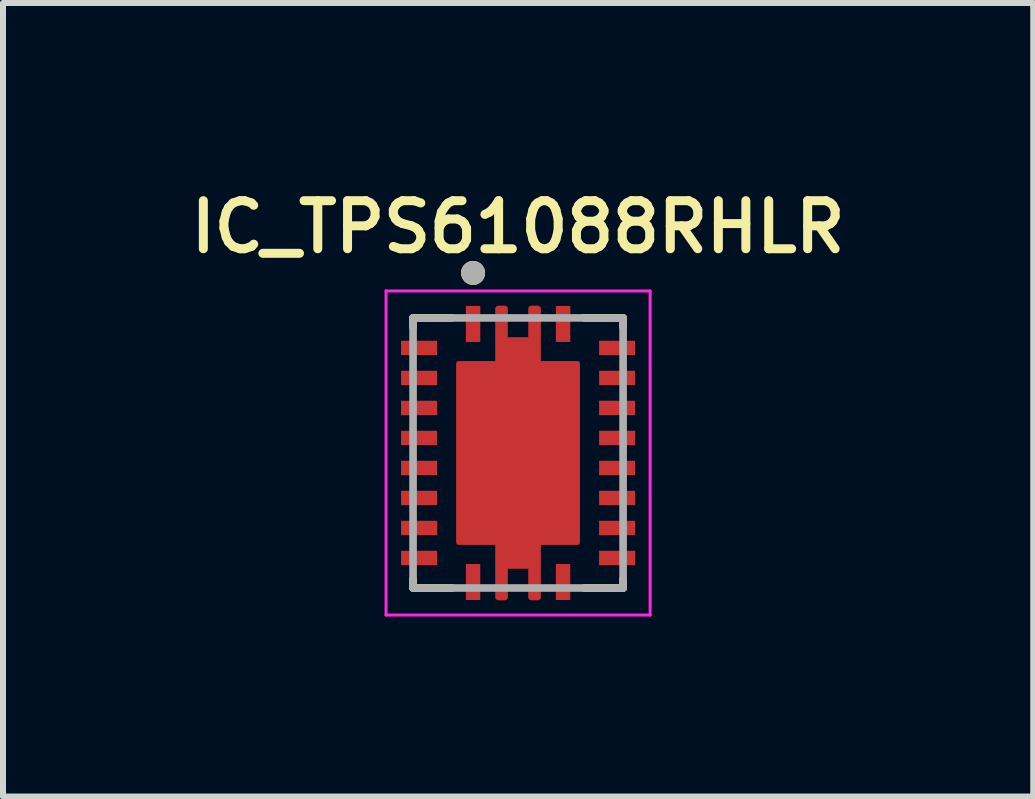
<source format=kicad_pcb>
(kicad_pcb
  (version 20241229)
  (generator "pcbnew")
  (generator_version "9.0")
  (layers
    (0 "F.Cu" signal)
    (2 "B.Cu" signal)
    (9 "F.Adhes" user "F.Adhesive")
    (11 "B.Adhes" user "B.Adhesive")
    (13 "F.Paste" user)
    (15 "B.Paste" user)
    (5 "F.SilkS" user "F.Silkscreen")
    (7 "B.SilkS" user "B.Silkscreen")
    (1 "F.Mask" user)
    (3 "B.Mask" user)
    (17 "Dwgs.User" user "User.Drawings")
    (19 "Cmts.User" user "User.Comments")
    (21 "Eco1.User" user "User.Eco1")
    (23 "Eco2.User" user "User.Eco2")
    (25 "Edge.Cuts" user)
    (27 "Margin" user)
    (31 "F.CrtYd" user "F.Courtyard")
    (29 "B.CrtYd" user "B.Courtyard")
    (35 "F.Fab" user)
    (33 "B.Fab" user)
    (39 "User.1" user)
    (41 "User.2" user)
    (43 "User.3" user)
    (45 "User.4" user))
  (footprint "IC_TPS61088RHLR"
    (layer "F.Cu")
    (at 5.583 4.498)
    (property "Reference" "IC_TPS61088RHLR" (at 0 -3.766 0) (layer "F.SilkS") (effects (font (size 0.801 0.801) (thickness 0.15))))
    (attr through_hole)
    (fp_poly (pts (xy -0.375 -1.525) (xy -0.375 -2.4) (xy -0.375 -2.403) (xy -0.375 -2.405) (xy -0.374 -2.408) (xy -0.374 -2.41) (xy -0.373 -2.413) (xy -0.373 -2.415) (xy -0.372 -2.418) (xy -0.371 -2.42) (xy -0.37 -2.423) (xy -0.368 -2.425) (xy -0.367 -2.427) (xy -0.365 -2.429) (xy -0.364 -2.431) (xy -0.362 -2.433) (xy -0.36 -2.435) (xy -0.358 -2.437) (xy -0.356 -2.439) (xy -0.354 -2.44) (xy -0.352 -2.442) (xy -0.35 -2.443) (xy -0.348 -2.445) (xy -0.345 -2.446) (xy -0.343 -2.447) (xy -0.34 -2.448) (xy -0.338 -2.448) (xy -0.335 -2.449) (xy -0.333 -2.449) (xy -0.33 -2.45) (xy -0.328 -2.45) (xy -0.325 -2.45) (xy -0.225 -2.45) (xy -0.222 -2.45) (xy -0.22 -2.45) (xy -0.217 -2.449) (xy -0.215 -2.449) (xy -0.212 -2.448) (xy -0.21 -2.448) (xy -0.207 -2.447) (xy -0.205 -2.446) (xy -0.202 -2.445) (xy -0.2 -2.443) (xy -0.198 -2.442) (xy -0.196 -2.44) (xy -0.194 -2.439) (xy -0.192 -2.437) (xy -0.19 -2.435) (xy -0.188 -2.433) (xy -0.186 -2.431) (xy -0.185 -2.429) (xy -0.183 -2.427) (xy -0.182 -2.425) (xy -0.18 -2.423) (xy -0.179 -2.42) (xy -0.178 -2.418) (xy -0.177 -2.415) (xy -0.177 -2.413) (xy -0.176 -2.41) (xy -0.176 -2.408) (xy -0.175 -2.405) (xy -0.175 -2.403) (xy -0.175 -2.4) (xy -0.175 -1.925) (xy 0.175 -1.925) (xy 0.175 -2.4) (xy 0.175 -2.403) (xy 0.175 -2.405) (xy 0.176 -2.408) (xy 0.176 -2.41) (xy 0.177 -2.413) (xy 0.177 -2.415) (xy 0.178 -2.418) (xy 0.179 -2.42) (xy 0.18 -2.423) (xy 0.182 -2.425) (xy 0.183 -2.427) (xy 0.185 -2.429) (xy 0.186 -2.431) (xy 0.188 -2.433) (xy 0.19 -2.435) (xy 0.192 -2.437) (xy 0.194 -2.439) (xy 0.196 -2.44) (xy 0.198 -2.442) (xy 0.2 -2.443) (xy 0.202 -2.445) (xy 0.205 -2.446) (xy 0.207 -2.447) (xy 0.21 -2.448) (xy 0.212 -2.448) (xy 0.215 -2.449) (xy 0.217 -2.449) (xy 0.22 -2.45) (xy 0.222 -2.45) (xy 0.225 -2.45) (xy 0.325 -2.45) (xy 0.328 -2.45) (xy 0.33 -2.45) (xy 0.333 -2.449) (xy 0.335 -2.449) (xy 0.338 -2.448) (xy 0.34 -2.448) (xy 0.343 -2.447) (xy 0.345 -2.446) (xy 0.348 -2.445) (xy 0.35 -2.443) (xy 0.352 -2.442) (xy 0.354 -2.44) (xy 0.356 -2.439) (xy 0.358 -2.437) (xy 0.36 -2.435) (xy 0.362 -2.433) (xy 0.364 -2.431) (xy 0.365 -2.429) (xy 0.367 -2.427) (xy 0.368 -2.425) (xy 0.37 -2.423) (xy 0.371 -2.42) (xy 0.372 -2.418) (xy 0.373 -2.415) (xy 0.373 -2.413) (xy 0.374 -2.41) (xy 0.374 -2.408) (xy 0.375 -2.405) (xy 0.375 -2.403) (xy 0.375 -2.4) (xy 0.375 -1.525) (xy 0.975 -1.525) (xy 0.978 -1.525) (xy 0.98 -1.525) (xy 0.983 -1.524) (xy 0.985 -1.524) (xy 0.988 -1.523) (xy 0.99 -1.523) (xy 0.993 -1.522) (xy 0.995 -1.521) (xy 0.998 -1.52) (xy 1 -1.518) (xy 1.002 -1.517) (xy 1.004 -1.515) (xy 1.006 -1.514) (xy 1.008 -1.512) (xy 1.01 -1.51) (xy 1.012 -1.508) (xy 1.014 -1.506) (xy 1.015 -1.504) (xy 1.017 -1.502) (xy 1.018 -1.5) (xy 1.02 -1.498) (xy 1.021 -1.495) (xy 1.022 -1.493) (xy 1.023 -1.49) (xy 1.023 -1.488) (xy 1.024 -1.485) (xy 1.024 -1.483) (xy 1.025 -1.48) (xy 1.025 -1.478) (xy 1.025 -1.475) (xy 1.025 1.475) (xy 1.025 1.478) (xy 1.025 1.48) (xy 1.024 1.483) (xy 1.024 1.485) (xy 1.023 1.488) (xy 1.023 1.49) (xy 1.022 1.493) (xy 1.021 1.495) (xy 1.02 1.498) (xy 1.018 1.5) (xy 1.017 1.502) (xy 1.015 1.504) (xy 1.014 1.506) (xy 1.012 1.508) (xy 1.01 1.51) (xy 1.008 1.512) (xy 1.006 1.514) (xy 1.004 1.515) (xy 1.002 1.517) (xy 1 1.518) (xy 0.998 1.52) (xy 0.995 1.521) (xy 0.993 1.522) (xy 0.99 1.523) (xy 0.988 1.523) (xy 0.985 1.524) (xy 0.983 1.524) (xy 0.98 1.525) (xy 0.978 1.525) (xy 0.975 1.525) (xy 0.375 1.525) (xy 0.375 2.4) (xy 0.375 2.403) (xy 0.375 2.405) (xy 0.374 2.408) (xy 0.374 2.41) (xy 0.373 2.413) (xy 0.373 2.415) (xy 0.372 2.418) (xy 0.371 2.42) (xy 0.37 2.423) (xy 0.368 2.425) (xy 0.367 2.427) (xy 0.365 2.429) (xy 0.364 2.431) (xy 0.362 2.433) (xy 0.36 2.435) (xy 0.358 2.437) (xy 0.356 2.439) (xy 0.354 2.44) (xy 0.352 2.442) (xy 0.35 2.443) (xy 0.348 2.445) (xy 0.345 2.446) (xy 0.343 2.447) (xy 0.34 2.448) (xy 0.338 2.448) (xy 0.335 2.449) (xy 0.333 2.449) (xy 0.33 2.45) (xy 0.328 2.45) (xy 0.325 2.45) (xy 0.225 2.45) (xy 0.222 2.45) (xy 0.22 2.45) (xy 0.217 2.449) (xy 0.215 2.449) (xy 0.212 2.448) (xy 0.21 2.448) (xy 0.207 2.447) (xy 0.205 2.446) (xy 0.202 2.445) (xy 0.2 2.443) (xy 0.198 2.442) (xy 0.196 2.44) (xy 0.194 2.439) (xy 0.192 2.437) (xy 0.19 2.435) (xy 0.188 2.433) (xy 0.186 2.431) (xy 0.185 2.429) (xy 0.183 2.427) (xy 0.182 2.425) (xy 0.18 2.423) (xy 0.179 2.42) (xy 0.178 2.418) (xy 0.177 2.415) (xy 0.177 2.413) (xy 0.176 2.41) (xy 0.176 2.408) (xy 0.175 2.405) (xy 0.175 2.403) (xy 0.175 2.4) (xy 0.175 1.925) (xy -0.175 1.925) (xy -0.175 2.4) (xy -0.175 2.403) (xy -0.175 2.405) (xy -0.176 2.408) (xy -0.176 2.41) (xy -0.177 2.413) (xy -0.177 2.415) (xy -0.178 2.418) (xy -0.179 2.42) (xy -0.18 2.423) (xy -0.182 2.425) (xy -0.183 2.427) (xy -0.185 2.429) (xy -0.186 2.431) (xy -0.188 2.433) (xy -0.19 2.435) (xy -0.192 2.437) (xy -0.194 2.439) (xy -0.196 2.44) (xy -0.198 2.442) (xy -0.2 2.443) (xy -0.202 2.445) (xy -0.205 2.446) (xy -0.207 2.447) (xy -0.21 2.448) (xy -0.212 2.448) (xy -0.215 2.449) (xy -0.217 2.449) (xy -0.22 2.45) (xy -0.222 2.45) (xy -0.225 2.45) (xy -0.325 2.45) (xy -0.328 2.45) (xy -0.33 2.45) (xy -0.333 2.449) (xy -0.335 2.449) (xy -0.338 2.448) (xy -0.34 2.448) (xy -0.343 2.447) (xy -0.345 2.446) (xy -0.348 2.445) (xy -0.35 2.443) (xy -0.352 2.442) (xy -0.354 2.44) (xy -0.356 2.439) (xy -0.358 2.437) (xy -0.36 2.435) (xy -0.362 2.433) (xy -0.364 2.431) (xy -0.365 2.429) (xy -0.367 2.427) (xy -0.368 2.425) (xy -0.37 2.423) (xy -0.371 2.42) (xy -0.372 2.418) (xy -0.373 2.415) (xy -0.373 2.413) (xy -0.374 2.41) (xy -0.374 2.408) (xy -0.375 2.405) (xy -0.375 2.403) (xy -0.375 2.4) (xy -0.375 1.525) (xy -0.975 1.525) (xy -0.978 1.525) (xy -0.98 1.525) (xy -0.983 1.524) (xy -0.985 1.524) (xy -0.988 1.523) (xy -0.99 1.523) (xy -0.993 1.522) (xy -0.995 1.521) (xy -0.998 1.52) (xy -1 1.518) (xy -1.002 1.517) (xy -1.004 1.515) (xy -1.006 1.514) (xy -1.008 1.512) (xy -1.01 1.51) (xy -1.012 1.508) (xy -1.014 1.506) (xy -1.015 1.504) (xy -1.017 1.502) (xy -1.018 1.5) (xy -1.02 1.498) (xy -1.021 1.495) (xy -1.022 1.493) (xy -1.023 1.49) (xy -1.023 1.488) (xy -1.024 1.485) (xy -1.024 1.483) (xy -1.025 1.48) (xy -1.025 1.478) (xy -1.025 1.475) (xy -1.025 -1.475) (xy -1.025 -1.478) (xy -1.025 -1.48) (xy -1.024 -1.483) (xy -1.024 -1.485) (xy -1.023 -1.488) (xy -1.023 -1.49) (xy -1.022 -1.493) (xy -1.021 -1.495) (xy -1.02 -1.498) (xy -1.018 -1.5) (xy -1.017 -1.502) (xy -1.015 -1.504) (xy -1.014 -1.506) (xy -1.012 -1.508) (xy -1.01 -1.51) (xy -1.008 -1.512) (xy -1.006 -1.514) (xy -1.004 -1.515) (xy -1.002 -1.517) (xy -1 -1.518) (xy -0.998 -1.52) (xy -0.995 -1.521) (xy -0.993 -1.522) (xy -0.99 -1.523) (xy -0.988 -1.523) (xy -0.985 -1.524) (xy -0.983 -1.524) (xy -0.98 -1.525) (xy -0.978 -1.525) (xy -0.975 -1.525) (xy -0.375 -1.525)) (stroke (width 0.01) (type solid)) (fill yes) (layer "F.Cu"))
    (fp_poly (pts (xy -0.477 -1.627) (xy -0.477 -2.4) (xy -0.477 -2.408) (xy -0.476 -2.416) (xy -0.475 -2.424) (xy -0.474 -2.432) (xy -0.472 -2.439) (xy -0.47 -2.447) (xy -0.467 -2.454) (xy -0.464 -2.462) (xy -0.46 -2.469) (xy -0.457 -2.476) (xy -0.452 -2.483) (xy -0.448 -2.489) (xy -0.443 -2.496) (xy -0.438 -2.502) (xy -0.432 -2.507) (xy -0.427 -2.513) (xy -0.421 -2.518) (xy -0.414 -2.523) (xy -0.408 -2.527) (xy -0.401 -2.532) (xy -0.394 -2.535) (xy -0.387 -2.539) (xy -0.379 -2.542) (xy -0.372 -2.545) (xy -0.364 -2.547) (xy -0.357 -2.549) (xy -0.349 -2.55) (xy -0.341 -2.551) (xy -0.333 -2.552) (xy -0.325 -2.552) (xy -0.225 -2.552) (xy -0.217 -2.552) (xy -0.209 -2.551) (xy -0.201 -2.55) (xy -0.193 -2.549) (xy -0.186 -2.547) (xy -0.178 -2.545) (xy -0.171 -2.542) (xy -0.163 -2.539) (xy -0.156 -2.535) (xy -0.149 -2.532) (xy -0.142 -2.527) (xy -0.136 -2.523) (xy -0.129 -2.518) (xy -0.123 -2.513) (xy -0.118 -2.507) (xy -0.112 -2.502) (xy -0.107 -2.496) (xy -0.102 -2.489) (xy -0.098 -2.483) (xy -0.093 -2.476) (xy -0.09 -2.469) (xy -0.086 -2.462) (xy -0.083 -2.454) (xy -0.08 -2.447) (xy -0.078 -2.439) (xy -0.076 -2.432) (xy -0.075 -2.424) (xy -0.074 -2.416) (xy -0.073 -2.408) (xy -0.073 -2.4) (xy -0.073 -2.027) (xy 0.072 -2.027) (xy 0.073 -2.027) (xy 0.073 -2.402) (xy 0.073 -2.41) (xy 0.074 -2.418) (xy 0.075 -2.425) (xy 0.076 -2.433) (xy 0.078 -2.441) (xy 0.08 -2.448) (xy 0.083 -2.456) (xy 0.086 -2.463) (xy 0.089 -2.47) (xy 0.093 -2.477) (xy 0.097 -2.484) (xy 0.102 -2.49) (xy 0.106 -2.496) (xy 0.112 -2.502) (xy 0.117 -2.508) (xy 0.123 -2.513) (xy 0.129 -2.519) (xy 0.135 -2.523) (xy 0.141 -2.528) (xy 0.148 -2.532) (xy 0.155 -2.536) (xy 0.162 -2.539) (xy 0.169 -2.542) (xy 0.177 -2.545) (xy 0.184 -2.547) (xy 0.192 -2.549) (xy 0.2 -2.55) (xy 0.207 -2.551) (xy 0.215 -2.552) (xy 0.223 -2.552) (xy 0.326 -2.552) (xy 0.334 -2.552) (xy 0.342 -2.551) (xy 0.35 -2.55) (xy 0.357 -2.549) (xy 0.365 -2.547) (xy 0.373 -2.545) (xy 0.38 -2.542) (xy 0.387 -2.539) (xy 0.395 -2.536) (xy 0.402 -2.532) (xy 0.408 -2.528) (xy 0.415 -2.523) (xy 0.421 -2.518) (xy 0.427 -2.513) (xy 0.433 -2.508) (xy 0.438 -2.502) (xy 0.443 -2.496) (xy 0.448 -2.49) (xy 0.453 -2.483) (xy 0.457 -2.477) (xy 0.461 -2.47) (xy 0.464 -2.462) (xy 0.467 -2.455) (xy 0.47 -2.448) (xy 0.472 -2.44) (xy 0.474 -2.432) (xy 0.475 -2.425) (xy 0.476 -2.417) (xy 0.477 -2.409) (xy 0.477 -2.401) (xy 0.477 -1.627) (xy 0.975 -1.627) (xy 0.983 -1.627) (xy 0.991 -1.626) (xy 0.999 -1.625) (xy 1.007 -1.624) (xy 1.014 -1.622) (xy 1.022 -1.62) (xy 1.029 -1.617) (xy 1.037 -1.614) (xy 1.044 -1.61) (xy 1.051 -1.607) (xy 1.058 -1.602) (xy 1.064 -1.598) (xy 1.071 -1.593) (xy 1.077 -1.588) (xy 1.082 -1.582) (xy 1.088 -1.577) (xy 1.093 -1.571) (xy 1.098 -1.564) (xy 1.102 -1.558) (xy 1.107 -1.551) (xy 1.11 -1.544) (xy 1.114 -1.537) (xy 1.117 -1.529) (xy 1.12 -1.522) (xy 1.122 -1.514) (xy 1.124 -1.507) (xy 1.125 -1.499) (xy 1.126 -1.491) (xy 1.127 -1.483) (xy 1.127 -1.475) (xy 1.127 1.476) (xy 1.127 1.484) (xy 1.126 1.492) (xy 1.125 1.499) (xy 1.124 1.507) (xy 1.122 1.515) (xy 1.12 1.522) (xy 1.117 1.53) (xy 1.114 1.537) (xy 1.111 1.544) (xy 1.107 1.551) (xy 1.103 1.558) (xy 1.098 1.564) (xy 1.094 1.57) (xy 1.088 1.576) (xy 1.083 1.582) (xy 1.077 1.587) (xy 1.071 1.593) (xy 1.065 1.597) (xy 1.059 1.602) (xy 1.052 1.606) (xy 1.045 1.61) (xy 1.038 1.613) (xy 1.031 1.616) (xy 1.023 1.619) (xy 1.016 1.621) (xy 1.008 1.623) (xy 1 1.624) (xy 0.993 1.625) (xy 0.985 1.626) (xy 0.977 1.626) (xy 0.478 1.626) (xy 0.478 1.626) (xy 0.478 1.626) (xy 0.478 1.626) (xy 0.478 1.626) (xy 0.478 1.626) (xy 0.478 1.626) (xy 0.478 1.626) (xy 0.478 1.626) (xy 0.478 1.626) (xy 0.477 1.626) (xy 0.477 1.626) (xy 0.477 1.626) (xy 0.477 1.626) (xy 0.477 1.626) (xy 0.477 1.626) (xy 0.477 1.626) (xy 0.477 1.626) (xy 0.477 1.626) (xy 0.477 1.626) (xy 0.477 1.627) (xy 0.477 1.627) (xy 0.477 1.627) (xy 0.477 1.627) (xy 0.477 1.627) (xy 0.477 1.627) (xy 0.477 1.627) (xy 0.477 1.627) (xy 0.477 1.627) (xy 0.477 1.627) (xy 0.477 1.627) (xy 0.477 2.401) (xy 0.477 2.409) (xy 0.476 2.417) (xy 0.475 2.424) (xy 0.474 2.432) (xy 0.472 2.44) (xy 0.47 2.447) (xy 0.467 2.455) (xy 0.464 2.462) (xy 0.461 2.469) (xy 0.457 2.476) (xy 0.453 2.483) (xy 0.448 2.489) (xy 0.444 2.495) (xy 0.438 2.501) (xy 0.433 2.507) (xy 0.427 2.512) (xy 0.421 2.518) (xy 0.415 2.522) (xy 0.409 2.527) (xy 0.402 2.531) (xy 0.395 2.535) (xy 0.388 2.538) (xy 0.381 2.541) (xy 0.373 2.544) (xy 0.366 2.546) (xy 0.358 2.548) (xy 0.35 2.549) (xy 0.343 2.55) (xy 0.335 2.551) (xy 0.327 2.551) (xy 0.222 2.551) (xy 0.214 2.551) (xy 0.206 2.55) (xy 0.199 2.549) (xy 0.191 2.548) (xy 0.183 2.546) (xy 0.176 2.544) (xy 0.169 2.541) (xy 0.161 2.538) (xy 0.154 2.535) (xy 0.147 2.531) (xy 0.141 2.527) (xy 0.134 2.523) (xy 0.128 2.518) (xy 0.122 2.513) (xy 0.117 2.507) (xy 0.111 2.502) (xy 0.106 2.496) (xy 0.101 2.49) (xy 0.097 2.483) (xy 0.093 2.477) (xy 0.089 2.47) (xy 0.086 2.463) (xy 0.083 2.455) (xy 0.08 2.448) (xy 0.078 2.441) (xy 0.076 2.433) (xy 0.075 2.425) (xy 0.074 2.418) (xy 0.073 2.41) (xy 0.073 2.402) (xy 0.073 2.027) (xy -0.072 2.027) (xy -0.072 2.027) (xy -0.072 2.027) (xy -0.072 2.027) (xy -0.072 2.027) (xy -0.072 2.027) (xy -0.072 2.027) (xy -0.072 2.027) (xy -0.072 2.027) (xy -0.072 2.027) (xy -0.072 2.027) (xy -0.073 2.027) (xy -0.073 2.027) (xy -0.073 2.027) (xy -0.073 2.027) (xy -0.073 2.027) (xy -0.073 2.027) (xy -0.073 2.027) (xy -0.073 2.027) (xy -0.073 2.027) (xy -0.073 2.027) (xy -0.073 2.028) (xy -0.073 2.028) (xy -0.073 2.028) (xy -0.073 2.028) (xy -0.073 2.028) (xy -0.073 2.028) (xy -0.073 2.028) (xy -0.073 2.028) (xy -0.073 2.028) (xy -0.073 2.028) (xy -0.073 2.401) (xy -0.073 2.409) (xy -0.074 2.417) (xy -0.075 2.424) (xy -0.076 2.432) (xy -0.078 2.44) (xy -0.08 2.447) (xy -0.083 2.455) (xy -0.086 2.462) (xy -0.089 2.469) (xy -0.093 2.476) (xy -0.097 2.483) (xy -0.102 2.489) (xy -0.106 2.495) (xy -0.112 2.501) (xy -0.117 2.507) (xy -0.123 2.512) (xy -0.129 2.518) (xy -0.135 2.522) (xy -0.141 2.527) (xy -0.148 2.531) (xy -0.155 2.535) (xy -0.162 2.538) (xy -0.169 2.541) (xy -0.177 2.544) (xy -0.184 2.546) (xy -0.192 2.548) (xy -0.2 2.549) (xy -0.207 2.55) (xy -0.215 2.551) (xy -0.223 2.551) (xy -0.329 2.551) (xy -0.337 2.551) (xy -0.344 2.55) (xy -0.352 2.549) (xy -0.36 2.548) (xy -0.367 2.546) (xy -0.375 2.544) (xy -0.382 2.541) (xy -0.389 2.538) (xy -0.396 2.535) (xy -0.403 2.531) (xy -0.41 2.527) (xy -0.416 2.523) (xy -0.422 2.518) (xy -0.428 2.513) (xy -0.434 2.508) (xy -0.439 2.502) (xy -0.444 2.496) (xy -0.449 2.49) (xy -0.453 2.484) (xy -0.457 2.477) (xy -0.461 2.47) (xy -0.464 2.463) (xy -0.467 2.456) (xy -0.47 2.449) (xy -0.472 2.441) (xy -0.474 2.434) (xy -0.475 2.426) (xy -0.476 2.418) (xy -0.477 2.411) (xy -0.477 2.403) (xy -0.477 1.627) (xy -0.975 1.627) (xy -0.983 1.627) (xy -0.991 1.626) (xy -0.999 1.625) (xy -1.007 1.624) (xy -1.014 1.622) (xy -1.022 1.62) (xy -1.029 1.617) (xy -1.037 1.614) (xy -1.044 1.61) (xy -1.051 1.607) (xy -1.058 1.602) (xy -1.064 1.598) (xy -1.071 1.593) (xy -1.077 1.588) (xy -1.082 1.582) (xy -1.088 1.577) (xy -1.093 1.571) (xy -1.098 1.564) (xy -1.102 1.558) (xy -1.107 1.551) (xy -1.11 1.544) (xy -1.114 1.537) (xy -1.117 1.529) (xy -1.12 1.522) (xy -1.122 1.514) (xy -1.124 1.507) (xy -1.125 1.499) (xy -1.126 1.491) (xy -1.127 1.483) (xy -1.127 1.475) (xy -1.127 -1.474) (xy -1.127 -1.482) (xy -1.126 -1.49) (xy -1.125 -1.498) (xy -1.124 -1.506) (xy -1.122 -1.513) (xy -1.12 -1.521) (xy -1.117 -1.528) (xy -1.114 -1.536) (xy -1.11 -1.543) (xy -1.107 -1.55) (xy -1.102 -1.557) (xy -1.098 -1.563) (xy -1.093 -1.57) (xy -1.088 -1.576) (xy -1.082 -1.581) (xy -1.077 -1.587) (xy -1.071 -1.592) (xy -1.064 -1.597) (xy -1.058 -1.601) (xy -1.051 -1.606) (xy -1.044 -1.609) (xy -1.037 -1.613) (xy -1.029 -1.616) (xy -1.022 -1.619) (xy -1.014 -1.621) (xy -1.007 -1.623) (xy -0.999 -1.624) (xy -0.991 -1.625) (xy -0.983 -1.626) (xy -0.975 -1.626) (xy -0.478 -1.626) (xy -0.478 -1.626) (xy -0.478 -1.626) (xy -0.478 -1.626) (xy -0.478 -1.626) (xy -0.478 -1.626) (xy -0.478 -1.626) (xy -0.478 -1.626) (xy -0.478 -1.626) (xy -0.478 -1.626) (xy -0.477 -1.626) (xy -0.477 -1.626) (xy -0.477 -1.626) (xy -0.477 -1.626) (xy -0.477 -1.626) (xy -0.477 -1.626) (xy -0.477 -1.626) (xy -0.477 -1.626) (xy -0.477 -1.626) (xy -0.477 -1.626) (xy -0.477 -1.627) (xy -0.477 -1.627) (xy -0.477 -1.627) (xy -0.477 -1.627) (xy -0.477 -1.627) (xy -0.477 -1.627) (xy -0.477 -1.627) (xy -0.477 -1.627) (xy -0.477 -1.627) (xy -0.477 -1.627) (xy -0.477 -1.627)) (stroke (width 0.01) (type solid)) (fill yes) (layer "F.Mask"))
    (fp_line (start -1.75 -2.25) (end -1.1 -2.25) (stroke (width 0.127) (type solid)) (layer "F.SilkS"))
    (fp_line (start -1.75 -2.1) (end -1.75 -2.25) (stroke (width 0.127) (type solid)) (layer "F.SilkS"))
    (fp_line (start -1.75 2.1) (end -1.75 2.25) (stroke (width 0.127) (type solid)) (layer "F.SilkS"))
    (fp_line (start -1.75 2.25) (end -1.1 2.25) (stroke (width 0.127) (type solid)) (layer "F.SilkS"))
    (fp_line (start 1.1 -2.25) (end 1.75 -2.25) (stroke (width 0.127) (type solid)) (layer "F.SilkS"))
    (fp_line (start 1.1 2.25) (end 1.75 2.25) (stroke (width 0.127) (type solid)) (layer "F.SilkS"))
    (fp_line (start 1.75 -2.25) (end 1.75 -2.1) (stroke (width 0.127) (type solid)) (layer "F.SilkS"))
    (fp_line (start 1.75 2.25) (end 1.75 2.1) (stroke (width 0.127) (type solid)) (layer "F.SilkS"))
    (fp_circle (center -0.75 -3) (end -0.65 -3) (stroke (width 0.2) (type solid)) (fill no) (layer "F.SilkS"))
    (fp_poly (pts (xy -1.02 -0.625) (xy -0.1 -0.625) (xy -0.1 -1.475) (xy -1.02 -1.475)) (stroke (width 0.01) (type solid)) (fill yes) (layer "F.Paste"))
    (fp_poly (pts (xy -1.02 0.425) (xy -0.1 0.425) (xy -0.1 -0.425) (xy -1.02 -0.425)) (stroke (width 0.01) (type solid)) (fill yes) (layer "F.Paste"))
    (fp_poly (pts (xy -1.02 1.475) (xy -0.1 1.475) (xy -0.1 0.625) (xy -1.02 0.625)) (stroke (width 0.01) (type solid)) (fill yes) (layer "F.Paste"))
    (fp_poly (pts (xy 0.1 -0.625) (xy 1.02 -0.625) (xy 1.02 -1.475) (xy 0.1 -1.475)) (stroke (width 0.01) (type solid)) (fill yes) (layer "F.Paste"))
    (fp_poly (pts (xy 0.1 0.425) (xy 1.02 0.425) (xy 1.02 -0.425) (xy 0.1 -0.425)) (stroke (width 0.01) (type solid)) (fill yes) (layer "F.Paste"))
    (fp_poly (pts (xy 0.1 1.475) (xy 1.02 1.475) (xy 1.02 0.625) (xy 0.1 0.625)) (stroke (width 0.01) (type solid)) (fill yes) (layer "F.Paste"))
    (fp_poly (pts (xy -0.375 -1.675) (xy -0.375 -2.4) (xy -0.375 -2.403) (xy -0.375 -2.405) (xy -0.374 -2.408) (xy -0.374 -2.41) (xy -0.373 -2.413) (xy -0.373 -2.415) (xy -0.372 -2.418) (xy -0.371 -2.42) (xy -0.37 -2.423) (xy -0.368 -2.425) (xy -0.367 -2.427) (xy -0.365 -2.429) (xy -0.364 -2.431) (xy -0.362 -2.433) (xy -0.36 -2.435) (xy -0.358 -2.437) (xy -0.356 -2.439) (xy -0.354 -2.44) (xy -0.352 -2.442) (xy -0.35 -2.443) (xy -0.348 -2.445) (xy -0.345 -2.446) (xy -0.343 -2.447) (xy -0.34 -2.448) (xy -0.338 -2.448) (xy -0.335 -2.449) (xy -0.333 -2.449) (xy -0.33 -2.45) (xy -0.328 -2.45) (xy -0.325 -2.45) (xy -0.225 -2.45) (xy -0.222 -2.45) (xy -0.22 -2.45) (xy -0.217 -2.449) (xy -0.215 -2.449) (xy -0.212 -2.448) (xy -0.21 -2.448) (xy -0.207 -2.447) (xy -0.205 -2.446) (xy -0.202 -2.445) (xy -0.2 -2.443) (xy -0.198 -2.442) (xy -0.196 -2.44) (xy -0.194 -2.439) (xy -0.192 -2.437) (xy -0.19 -2.435) (xy -0.188 -2.433) (xy -0.186 -2.431) (xy -0.185 -2.429) (xy -0.183 -2.427) (xy -0.182 -2.425) (xy -0.18 -2.423) (xy -0.179 -2.42) (xy -0.178 -2.418) (xy -0.177 -2.415) (xy -0.177 -2.413) (xy -0.176 -2.41) (xy -0.176 -2.408) (xy -0.175 -2.405) (xy -0.175 -2.403) (xy -0.175 -2.4) (xy -0.175 -1.925) (xy 0.175 -1.925) (xy 0.175 -2.4) (xy 0.175 -2.403) (xy 0.175 -2.405) (xy 0.176 -2.408) (xy 0.176 -2.41) (xy 0.177 -2.413) (xy 0.177 -2.415) (xy 0.178 -2.418) (xy 0.179 -2.42) (xy 0.18 -2.423) (xy 0.182 -2.425) (xy 0.183 -2.427) (xy 0.185 -2.429) (xy 0.186 -2.431) (xy 0.188 -2.433) (xy 0.19 -2.435) (xy 0.192 -2.437) (xy 0.194 -2.439) (xy 0.196 -2.44) (xy 0.198 -2.442) (xy 0.2 -2.443) (xy 0.202 -2.445) (xy 0.205 -2.446) (xy 0.207 -2.447) (xy 0.21 -2.448) (xy 0.212 -2.448) (xy 0.215 -2.449) (xy 0.217 -2.449) (xy 0.22 -2.45) (xy 0.222 -2.45) (xy 0.225 -2.45) (xy 0.325 -2.45) (xy 0.328 -2.45) (xy 0.33 -2.45) (xy 0.333 -2.449) (xy 0.335 -2.449) (xy 0.338 -2.448) (xy 0.34 -2.448) (xy 0.343 -2.447) (xy 0.345 -2.446) (xy 0.348 -2.445) (xy 0.35 -2.443) (xy 0.352 -2.442) (xy 0.354 -2.44) (xy 0.356 -2.439) (xy 0.358 -2.437) (xy 0.36 -2.435) (xy 0.362 -2.433) (xy 0.364 -2.431) (xy 0.365 -2.429) (xy 0.367 -2.427) (xy 0.368 -2.425) (xy 0.37 -2.423) (xy 0.371 -2.42) (xy 0.372 -2.418) (xy 0.373 -2.415) (xy 0.373 -2.413) (xy 0.374 -2.41) (xy 0.374 -2.408) (xy 0.375 -2.405) (xy 0.375 -2.403) (xy 0.375 -2.4) (xy 0.375 -1.675) (xy -0.375 -1.675)) (stroke (width 0.01) (type solid)) (fill yes) (layer "F.Paste"))
    (fp_poly (pts (xy 0.375 1.675) (xy 0.375 2.4) (xy 0.375 2.403) (xy 0.375 2.405) (xy 0.374 2.408) (xy 0.374 2.41) (xy 0.373 2.413) (xy 0.373 2.415) (xy 0.372 2.418) (xy 0.371 2.42) (xy 0.37 2.423) (xy 0.368 2.425) (xy 0.367 2.427) (xy 0.365 2.429) (xy 0.364 2.431) (xy 0.362 2.433) (xy 0.36 2.435) (xy 0.358 2.437) (xy 0.356 2.439) (xy 0.354 2.44) (xy 0.352 2.442) (xy 0.35 2.443) (xy 0.348 2.445) (xy 0.345 2.446) (xy 0.343 2.447) (xy 0.34 2.448) (xy 0.338 2.448) (xy 0.335 2.449) (xy 0.333 2.449) (xy 0.33 2.45) (xy 0.328 2.45) (xy 0.325 2.45) (xy 0.225 2.45) (xy 0.222 2.45) (xy 0.22 2.45) (xy 0.217 2.449) (xy 0.215 2.449) (xy 0.212 2.448) (xy 0.21 2.448) (xy 0.207 2.447) (xy 0.205 2.446) (xy 0.202 2.445) (xy 0.2 2.443) (xy 0.198 2.442) (xy 0.196 2.44) (xy 0.194 2.439) (xy 0.192 2.437) (xy 0.19 2.435) (xy 0.188 2.433) (xy 0.186 2.431) (xy 0.185 2.429) (xy 0.183 2.427) (xy 0.182 2.425) (xy 0.18 2.423) (xy 0.179 2.42) (xy 0.178 2.418) (xy 0.177 2.415) (xy 0.177 2.413) (xy 0.176 2.41) (xy 0.176 2.408) (xy 0.175 2.405) (xy 0.175 2.403) (xy 0.175 2.4) (xy 0.175 1.925) (xy -0.175 1.925) (xy -0.175 2.4) (xy -0.175 2.403) (xy -0.175 2.405) (xy -0.176 2.408) (xy -0.176 2.41) (xy -0.177 2.413) (xy -0.177 2.415) (xy -0.178 2.418) (xy -0.179 2.42) (xy -0.18 2.423) (xy -0.182 2.425) (xy -0.183 2.427) (xy -0.185 2.429) (xy -0.186 2.431) (xy -0.188 2.433) (xy -0.19 2.435) (xy -0.192 2.437) (xy -0.194 2.439) (xy -0.196 2.44) (xy -0.198 2.442) (xy -0.2 2.443) (xy -0.202 2.445) (xy -0.205 2.446) (xy -0.207 2.447) (xy -0.21 2.448) (xy -0.212 2.448) (xy -0.215 2.449) (xy -0.217 2.449) (xy -0.22 2.45) (xy -0.222 2.45) (xy -0.225 2.45) (xy -0.325 2.45) (xy -0.328 2.45) (xy -0.33 2.45) (xy -0.333 2.449) (xy -0.335 2.449) (xy -0.338 2.448) (xy -0.34 2.448) (xy -0.343 2.447) (xy -0.345 2.446) (xy -0.348 2.445) (xy -0.35 2.443) (xy -0.352 2.442) (xy -0.354 2.44) (xy -0.356 2.439) (xy -0.358 2.437) (xy -0.36 2.435) (xy -0.362 2.433) (xy -0.364 2.431) (xy -0.365 2.429) (xy -0.367 2.427) (xy -0.368 2.425) (xy -0.37 2.423) (xy -0.371 2.42) (xy -0.372 2.418) (xy -0.373 2.415) (xy -0.373 2.413) (xy -0.374 2.41) (xy -0.374 2.408) (xy -0.375 2.405) (xy -0.375 2.403) (xy -0.375 2.4) (xy -0.375 1.675) (xy 0.375 1.675)) (stroke (width 0.01) (type solid)) (fill yes) (layer "F.Paste"))
    (fp_line (start -2.2 -2.7) (end -2.2 2.7) (stroke (width 0.05) (type solid)) (layer "F.CrtYd"))
    (fp_line (start -2.2 2.7) (end 2.2 2.7) (stroke (width 0.05) (type solid)) (layer "F.CrtYd"))
    (fp_line (start 2.2 -2.7) (end -2.2 -2.7) (stroke (width 0.05) (type solid)) (layer "F.CrtYd"))
    (fp_line (start 2.2 2.7) (end 2.2 -2.7) (stroke (width 0.05) (type solid)) (layer "F.CrtYd"))
    (fp_line (start -1.75 -2.25) (end 1.75 -2.25) (stroke (width 0.127) (type solid)) (layer "F.Fab"))
    (fp_line (start -1.75 2.25) (end -1.75 -2.25) (stroke (width 0.127) (type solid)) (layer "F.Fab"))
    (fp_line (start 1.75 -2.25) (end 1.75 2.25) (stroke (width 0.127) (type solid)) (layer "F.Fab"))
    (fp_line (start 1.75 2.25) (end -1.75 2.25) (stroke (width 0.127) (type solid)) (layer "F.Fab"))
    (fp_circle (center -0.75 -3) (end -0.65 -3) (stroke (width 0.2) (type solid)) (fill no) (layer "F.Fab"))
    (pad "1" smd rect (at -0.75 -2.15) (size 0.24 0.6) (layers "F.Cu" "F.Mask" "F.Paste"))
    (pad "2" smd rect (at -1.65 -1.75) (size 0.6 0.24) (layers "F.Cu" "F.Mask" "F.Paste"))
    (pad "3" smd rect (at -1.65 -1.25) (size 0.6 0.24) (layers "F.Cu" "F.Mask" "F.Paste"))
    (pad "4" smd rect (at -1.65 -0.75) (size 0.6 0.24) (layers "F.Cu" "F.Mask" "F.Paste"))
    (pad "5" smd rect (at -1.65 -0.25) (size 0.6 0.24) (layers "F.Cu" "F.Mask" "F.Paste"))
    (pad "6" smd rect (at -1.65 0.25) (size 0.6 0.24) (layers "F.Cu" "F.Mask" "F.Paste"))
    (pad "7" smd rect (at -1.65 0.75) (size 0.6 0.24) (layers "F.Cu" "F.Mask" "F.Paste"))
    (pad "8" smd rect (at -1.65 1.25) (size 0.6 0.24) (layers "F.Cu" "F.Mask" "F.Paste"))
    (pad "9" smd rect (at -1.65 1.75) (size 0.6 0.24) (layers "F.Cu" "F.Mask" "F.Paste"))
    (pad "10" smd rect (at -0.75 2.15) (size 0.24 0.6) (layers "F.Cu" "F.Mask" "F.Paste"))
    (pad "11" smd rect (at 0.75 2.15) (size 0.24 0.6) (layers "F.Cu" "F.Mask" "F.Paste"))
    (pad "12" smd rect (at 1.65 1.75) (size 0.6 0.24) (layers "F.Cu" "F.Mask" "F.Paste"))
    (pad "13" smd rect (at 1.65 1.25) (size 0.6 0.24) (layers "F.Cu" "F.Mask" "F.Paste"))
    (pad "14" smd rect (at 1.65 0.75) (size 0.6 0.24) (layers "F.Cu" "F.Mask" "F.Paste"))
    (pad "15" smd rect (at 1.65 0.25) (size 0.6 0.24) (layers "F.Cu" "F.Mask" "F.Paste"))
    (pad "16" smd rect (at 1.65 -0.25) (size 0.6 0.24) (layers "F.Cu" "F.Mask" "F.Paste"))
    (pad "17" smd rect (at 1.65 -0.75) (size 0.6 0.24) (layers "F.Cu" "F.Mask" "F.Paste"))
    (pad "18" smd rect (at 1.65 -1.25) (size 0.6 0.24) (layers "F.Cu" "F.Mask" "F.Paste"))
    (pad "19" smd rect (at 1.65 -1.75) (size 0.6 0.24) (layers "F.Cu" "F.Mask" "F.Paste"))
    (pad "20" smd rect (at 0.75 -2.15) (size 0.24 0.6) (layers "F.Cu" "F.Mask" "F.Paste"))
    (pad "21" smd rect (at 0 0) (size 2.05 3.05) (layers "F.Cu" "F.Mask")))
  (gr_rect
    (start -3 -3)
    (end 14.167 10.223)
    (stroke (width 0.1) (type default))
    (fill no)
    (layer "Edge.Cuts")))
</source>
